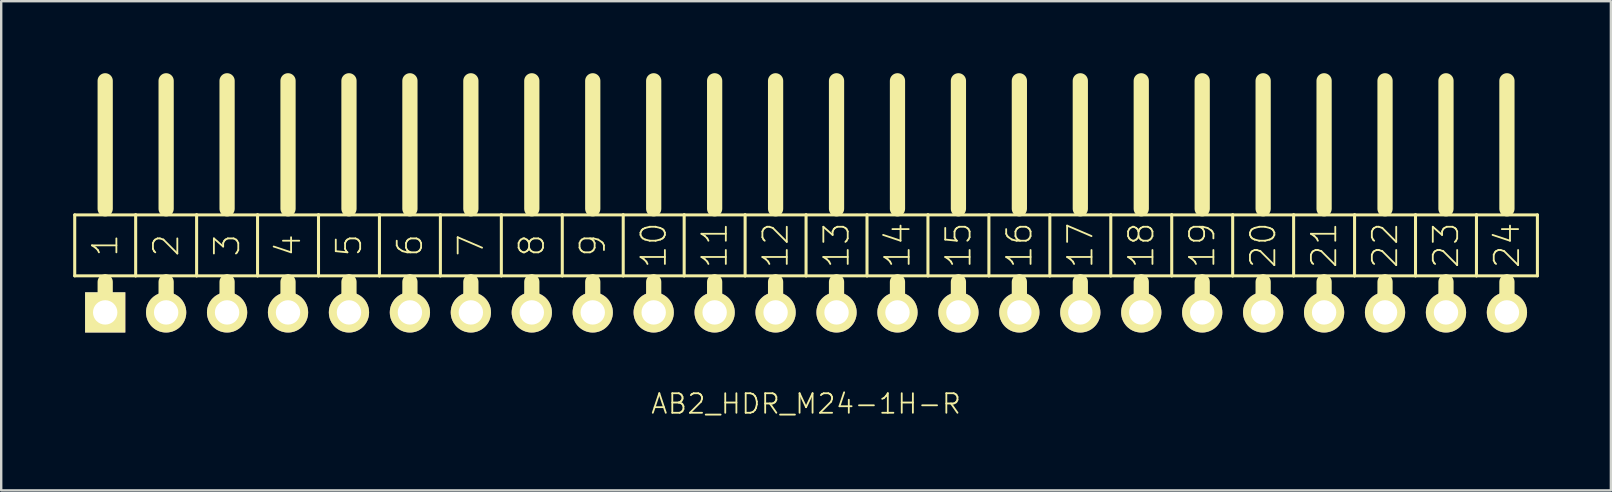
<source format=kicad_pcb>
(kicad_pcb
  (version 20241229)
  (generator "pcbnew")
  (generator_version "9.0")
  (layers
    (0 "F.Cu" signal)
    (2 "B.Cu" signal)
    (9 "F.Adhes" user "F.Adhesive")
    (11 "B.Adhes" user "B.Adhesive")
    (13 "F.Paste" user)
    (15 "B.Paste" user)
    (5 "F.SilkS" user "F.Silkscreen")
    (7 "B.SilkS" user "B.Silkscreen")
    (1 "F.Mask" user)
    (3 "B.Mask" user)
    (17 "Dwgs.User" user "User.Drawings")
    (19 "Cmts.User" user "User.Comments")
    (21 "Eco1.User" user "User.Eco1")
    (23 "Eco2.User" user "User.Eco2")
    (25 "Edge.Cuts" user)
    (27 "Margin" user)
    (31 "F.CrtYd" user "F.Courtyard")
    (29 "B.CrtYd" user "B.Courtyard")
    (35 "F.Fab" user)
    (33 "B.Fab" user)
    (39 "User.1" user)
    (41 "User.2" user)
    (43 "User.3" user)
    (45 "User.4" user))
  (footprint "AB2_HDR_M24-1H-R"
    (layer "F.Cu")
    (at 30.544 9.97)
    (property "Reference" "AB2_HDR_M24-1H-R" (at 0 3.81 0) (layer "F.SilkS") (effects (font (size 0.813 0.813) (thickness 0.076))))
    (attr through_hole)
    (fp_line (start -30.48 -4.064) (end -30.48 -1.524) (stroke (width 0.127) (type solid)) (layer "F.SilkS"))
    (fp_line (start -30.48 -1.524) (end -29.21 -1.524) (stroke (width 0.127) (type solid)) (layer "F.SilkS"))
    (fp_line (start -29.21 -4.318) (end -29.21 -9.652) (stroke (width 0.635) (type solid)) (layer "F.SilkS"))
    (fp_line (start -29.21 -1.524) (end -27.94 -1.524) (stroke (width 0.127) (type solid)) (layer "F.SilkS"))
    (fp_line (start -29.21 -1.27) (end -29.21 0) (stroke (width 0.635) (type solid)) (layer "F.SilkS"))
    (fp_line (start -27.94 -4.064) (end -30.48 -4.064) (stroke (width 0.127) (type solid)) (layer "F.SilkS"))
    (fp_line (start -27.94 -1.524) (end -27.94 -4.064) (stroke (width 0.127) (type solid)) (layer "F.SilkS"))
    (fp_line (start -27.94 -1.524) (end -26.67 -1.524) (stroke (width 0.127) (type solid)) (layer "F.SilkS"))
    (fp_line (start -26.67 -4.318) (end -26.67 -9.652) (stroke (width 0.635) (type solid)) (layer "F.SilkS"))
    (fp_line (start -26.67 -1.524) (end -25.4 -1.524) (stroke (width 0.127) (type solid)) (layer "F.SilkS"))
    (fp_line (start -26.67 -1.27) (end -26.67 0) (stroke (width 0.635) (type solid)) (layer "F.SilkS"))
    (fp_line (start -25.4 -4.064) (end -27.94 -4.064) (stroke (width 0.127) (type solid)) (layer "F.SilkS"))
    (fp_line (start -25.4 -1.524) (end -25.4 -4.064) (stroke (width 0.127) (type solid)) (layer "F.SilkS"))
    (fp_line (start -25.4 -1.524) (end -24.13 -1.524) (stroke (width 0.127) (type solid)) (layer "F.SilkS"))
    (fp_line (start -24.13 -4.318) (end -24.13 -9.652) (stroke (width 0.635) (type solid)) (layer "F.SilkS"))
    (fp_line (start -24.13 -1.524) (end -22.86 -1.524) (stroke (width 0.127) (type solid)) (layer "F.SilkS"))
    (fp_line (start -24.13 -1.27) (end -24.13 0) (stroke (width 0.635) (type solid)) (layer "F.SilkS"))
    (fp_line (start -22.86 -4.064) (end -25.4 -4.064) (stroke (width 0.127) (type solid)) (layer "F.SilkS"))
    (fp_line (start -22.86 -1.524) (end -22.86 -4.064) (stroke (width 0.127) (type solid)) (layer "F.SilkS"))
    (fp_line (start -22.86 -1.524) (end -21.59 -1.524) (stroke (width 0.127) (type solid)) (layer "F.SilkS"))
    (fp_line (start -21.59 -4.318) (end -21.59 -9.652) (stroke (width 0.635) (type solid)) (layer "F.SilkS"))
    (fp_line (start -21.59 -1.524) (end -20.32 -1.524) (stroke (width 0.127) (type solid)) (layer "F.SilkS"))
    (fp_line (start -21.59 -1.27) (end -21.59 0) (stroke (width 0.635) (type solid)) (layer "F.SilkS"))
    (fp_line (start -20.32 -4.064) (end -22.86 -4.064) (stroke (width 0.127) (type solid)) (layer "F.SilkS"))
    (fp_line (start -20.32 -1.524) (end -20.32 -4.064) (stroke (width 0.127) (type solid)) (layer "F.SilkS"))
    (fp_line (start -20.32 -1.524) (end -19.05 -1.524) (stroke (width 0.127) (type solid)) (layer "F.SilkS"))
    (fp_line (start -19.05 -4.318) (end -19.05 -9.652) (stroke (width 0.635) (type solid)) (layer "F.SilkS"))
    (fp_line (start -19.05 -1.524) (end -17.78 -1.524) (stroke (width 0.127) (type solid)) (layer "F.SilkS"))
    (fp_line (start -19.05 -1.27) (end -19.05 0) (stroke (width 0.635) (type solid)) (layer "F.SilkS"))
    (fp_line (start -17.78 -4.064) (end -20.32 -4.064) (stroke (width 0.127) (type solid)) (layer "F.SilkS"))
    (fp_line (start -17.78 -1.524) (end -17.78 -4.064) (stroke (width 0.127) (type solid)) (layer "F.SilkS"))
    (fp_line (start -17.78 -1.524) (end -16.51 -1.524) (stroke (width 0.127) (type solid)) (layer "F.SilkS"))
    (fp_line (start -16.51 -4.318) (end -16.51 -9.652) (stroke (width 0.635) (type solid)) (layer "F.SilkS"))
    (fp_line (start -16.51 -1.524) (end -15.24 -1.524) (stroke (width 0.127) (type solid)) (layer "F.SilkS"))
    (fp_line (start -16.51 -1.27) (end -16.51 0) (stroke (width 0.635) (type solid)) (layer "F.SilkS"))
    (fp_line (start -15.24 -4.064) (end -17.78 -4.064) (stroke (width 0.127) (type solid)) (layer "F.SilkS"))
    (fp_line (start -15.24 -1.524) (end -15.24 -4.064) (stroke (width 0.127) (type solid)) (layer "F.SilkS"))
    (fp_line (start -15.24 -1.524) (end -13.97 -1.524) (stroke (width 0.127) (type solid)) (layer "F.SilkS"))
    (fp_line (start -13.97 -4.318) (end -13.97 -9.652) (stroke (width 0.635) (type solid)) (layer "F.SilkS"))
    (fp_line (start -13.97 -1.524) (end -12.7 -1.524) (stroke (width 0.127) (type solid)) (layer "F.SilkS"))
    (fp_line (start -13.97 -1.27) (end -13.97 0) (stroke (width 0.635) (type solid)) (layer "F.SilkS"))
    (fp_line (start -12.7 -4.064) (end -15.24 -4.064) (stroke (width 0.127) (type solid)) (layer "F.SilkS"))
    (fp_line (start -12.7 -1.524) (end -12.7 -4.064) (stroke (width 0.127) (type solid)) (layer "F.SilkS"))
    (fp_line (start -12.7 -1.524) (end -11.43 -1.524) (stroke (width 0.127) (type solid)) (layer "F.SilkS"))
    (fp_line (start -11.43 -4.318) (end -11.43 -9.652) (stroke (width 0.635) (type solid)) (layer "F.SilkS"))
    (fp_line (start -11.43 -1.524) (end -10.16 -1.524) (stroke (width 0.127) (type solid)) (layer "F.SilkS"))
    (fp_line (start -11.43 -1.27) (end -11.43 0) (stroke (width 0.635) (type solid)) (layer "F.SilkS"))
    (fp_line (start -10.16 -4.064) (end -12.7 -4.064) (stroke (width 0.127) (type solid)) (layer "F.SilkS"))
    (fp_line (start -10.16 -1.524) (end -10.16 -4.064) (stroke (width 0.127) (type solid)) (layer "F.SilkS"))
    (fp_line (start -10.16 -1.524) (end -8.89 -1.524) (stroke (width 0.127) (type solid)) (layer "F.SilkS"))
    (fp_line (start -8.89 -4.318) (end -8.89 -9.652) (stroke (width 0.635) (type solid)) (layer "F.SilkS"))
    (fp_line (start -8.89 -1.524) (end -7.62 -1.524) (stroke (width 0.127) (type solid)) (layer "F.SilkS"))
    (fp_line (start -8.89 -1.27) (end -8.89 0) (stroke (width 0.635) (type solid)) (layer "F.SilkS"))
    (fp_line (start -7.62 -4.064) (end -10.16 -4.064) (stroke (width 0.127) (type solid)) (layer "F.SilkS"))
    (fp_line (start -7.62 -1.524) (end -7.62 -4.064) (stroke (width 0.127) (type solid)) (layer "F.SilkS"))
    (fp_line (start -7.62 -1.524) (end -6.35 -1.524) (stroke (width 0.127) (type solid)) (layer "F.SilkS"))
    (fp_line (start -6.35 -4.318) (end -6.35 -9.652) (stroke (width 0.635) (type solid)) (layer "F.SilkS"))
    (fp_line (start -6.35 -1.524) (end -5.08 -1.524) (stroke (width 0.127) (type solid)) (layer "F.SilkS"))
    (fp_line (start -6.35 -1.27) (end -6.35 0) (stroke (width 0.635) (type solid)) (layer "F.SilkS"))
    (fp_line (start -5.08 -4.064) (end -7.62 -4.064) (stroke (width 0.127) (type solid)) (layer "F.SilkS"))
    (fp_line (start -5.08 -1.524) (end -5.08 -4.064) (stroke (width 0.127) (type solid)) (layer "F.SilkS"))
    (fp_line (start -5.08 -1.524) (end -3.81 -1.524) (stroke (width 0.127) (type solid)) (layer "F.SilkS"))
    (fp_line (start -3.81 -4.318) (end -3.81 -9.652) (stroke (width 0.635) (type solid)) (layer "F.SilkS"))
    (fp_line (start -3.81 -1.524) (end -2.54 -1.524) (stroke (width 0.127) (type solid)) (layer "F.SilkS"))
    (fp_line (start -3.81 -1.27) (end -3.81 0) (stroke (width 0.635) (type solid)) (layer "F.SilkS"))
    (fp_line (start -2.54 -4.064) (end -5.08 -4.064) (stroke (width 0.127) (type solid)) (layer "F.SilkS"))
    (fp_line (start -2.54 -1.524) (end -2.54 -4.064) (stroke (width 0.127) (type solid)) (layer "F.SilkS"))
    (fp_line (start -2.54 -1.524) (end -1.27 -1.524) (stroke (width 0.127) (type solid)) (layer "F.SilkS"))
    (fp_line (start -1.27 -4.318) (end -1.27 -9.652) (stroke (width 0.635) (type solid)) (layer "F.SilkS"))
    (fp_line (start -1.27 -1.524) (end 0 -1.524) (stroke (width 0.127) (type solid)) (layer "F.SilkS"))
    (fp_line (start -1.27 -1.27) (end -1.27 0) (stroke (width 0.635) (type solid)) (layer "F.SilkS"))
    (fp_line (start 0 -4.064) (end -2.54 -4.064) (stroke (width 0.127) (type solid)) (layer "F.SilkS"))
    (fp_line (start 0 -1.524) (end 0 -4.064) (stroke (width 0.127) (type solid)) (layer "F.SilkS"))
    (fp_line (start 0 -1.524) (end 1.27 -1.524) (stroke (width 0.127) (type solid)) (layer "F.SilkS"))
    (fp_line (start 1.27 -4.318) (end 1.27 -9.652) (stroke (width 0.635) (type solid)) (layer "F.SilkS"))
    (fp_line (start 1.27 -1.524) (end 2.54 -1.524) (stroke (width 0.127) (type solid)) (layer "F.SilkS"))
    (fp_line (start 1.27 -1.27) (end 1.27 0) (stroke (width 0.635) (type solid)) (layer "F.SilkS"))
    (fp_line (start 2.54 -4.064) (end 0 -4.064) (stroke (width 0.127) (type solid)) (layer "F.SilkS"))
    (fp_line (start 2.54 -1.524) (end 2.54 -4.064) (stroke (width 0.127) (type solid)) (layer "F.SilkS"))
    (fp_line (start 2.54 -1.524) (end 3.81 -1.524) (stroke (width 0.127) (type solid)) (layer "F.SilkS"))
    (fp_line (start 3.81 -4.318) (end 3.81 -9.652) (stroke (width 0.635) (type solid)) (layer "F.SilkS"))
    (fp_line (start 3.81 -1.524) (end 5.08 -1.524) (stroke (width 0.127) (type solid)) (layer "F.SilkS"))
    (fp_line (start 3.81 -1.27) (end 3.81 0) (stroke (width 0.635) (type solid)) (layer "F.SilkS"))
    (fp_line (start 5.08 -4.064) (end 2.54 -4.064) (stroke (width 0.127) (type solid)) (layer "F.SilkS"))
    (fp_line (start 5.08 -1.524) (end 5.08 -4.064) (stroke (width 0.127) (type solid)) (layer "F.SilkS"))
    (fp_line (start 5.08 -1.524) (end 6.35 -1.524) (stroke (width 0.127) (type solid)) (layer "F.SilkS"))
    (fp_line (start 6.35 -4.318) (end 6.35 -9.652) (stroke (width 0.635) (type solid)) (layer "F.SilkS"))
    (fp_line (start 6.35 -1.524) (end 7.62 -1.524) (stroke (width 0.127) (type solid)) (layer "F.SilkS"))
    (fp_line (start 6.35 -1.27) (end 6.35 0) (stroke (width 0.635) (type solid)) (layer "F.SilkS"))
    (fp_line (start 7.62 -4.064) (end 5.08 -4.064) (stroke (width 0.127) (type solid)) (layer "F.SilkS"))
    (fp_line (start 7.62 -1.524) (end 7.62 -4.064) (stroke (width 0.127) (type solid)) (layer "F.SilkS"))
    (fp_line (start 7.62 -1.524) (end 8.89 -1.524) (stroke (width 0.127) (type solid)) (layer "F.SilkS"))
    (fp_line (start 8.89 -4.318) (end 8.89 -9.652) (stroke (width 0.635) (type solid)) (layer "F.SilkS"))
    (fp_line (start 8.89 -1.524) (end 10.16 -1.524) (stroke (width 0.127) (type solid)) (layer "F.SilkS"))
    (fp_line (start 8.89 -1.27) (end 8.89 0) (stroke (width 0.635) (type solid)) (layer "F.SilkS"))
    (fp_line (start 10.16 -4.064) (end 7.62 -4.064) (stroke (width 0.127) (type solid)) (layer "F.SilkS"))
    (fp_line (start 10.16 -1.524) (end 10.16 -4.064) (stroke (width 0.127) (type solid)) (layer "F.SilkS"))
    (fp_line (start 10.16 -1.524) (end 11.43 -1.524) (stroke (width 0.127) (type solid)) (layer "F.SilkS"))
    (fp_line (start 11.43 -4.318) (end 11.43 -9.652) (stroke (width 0.635) (type solid)) (layer "F.SilkS"))
    (fp_line (start 11.43 -1.524) (end 12.7 -1.524) (stroke (width 0.127) (type solid)) (layer "F.SilkS"))
    (fp_line (start 11.43 -1.27) (end 11.43 0) (stroke (width 0.635) (type solid)) (layer "F.SilkS"))
    (fp_line (start 12.7 -4.064) (end 10.16 -4.064) (stroke (width 0.127) (type solid)) (layer "F.SilkS"))
    (fp_line (start 12.7 -1.524) (end 12.7 -4.064) (stroke (width 0.127) (type solid)) (layer "F.SilkS"))
    (fp_line (start 12.7 -1.524) (end 13.97 -1.524) (stroke (width 0.127) (type solid)) (layer "F.SilkS"))
    (fp_line (start 13.97 -4.318) (end 13.97 -9.652) (stroke (width 0.635) (type solid)) (layer "F.SilkS"))
    (fp_line (start 13.97 -1.524) (end 15.24 -1.524) (stroke (width 0.127) (type solid)) (layer "F.SilkS"))
    (fp_line (start 13.97 -1.27) (end 13.97 0) (stroke (width 0.635) (type solid)) (layer "F.SilkS"))
    (fp_line (start 15.24 -4.064) (end 12.7 -4.064) (stroke (width 0.127) (type solid)) (layer "F.SilkS"))
    (fp_line (start 15.24 -1.524) (end 15.24 -4.064) (stroke (width 0.127) (type solid)) (layer "F.SilkS"))
    (fp_line (start 15.24 -1.524) (end 16.51 -1.524) (stroke (width 0.127) (type solid)) (layer "F.SilkS"))
    (fp_line (start 16.51 -4.318) (end 16.51 -9.652) (stroke (width 0.635) (type solid)) (layer "F.SilkS"))
    (fp_line (start 16.51 -1.524) (end 17.78 -1.524) (stroke (width 0.127) (type solid)) (layer "F.SilkS"))
    (fp_line (start 16.51 -1.27) (end 16.51 0) (stroke (width 0.635) (type solid)) (layer "F.SilkS"))
    (fp_line (start 17.78 -4.064) (end 15.24 -4.064) (stroke (width 0.127) (type solid)) (layer "F.SilkS"))
    (fp_line (start 17.78 -1.524) (end 17.78 -4.064) (stroke (width 0.127) (type solid)) (layer "F.SilkS"))
    (fp_line (start 17.78 -1.524) (end 19.05 -1.524) (stroke (width 0.127) (type solid)) (layer "F.SilkS"))
    (fp_line (start 19.05 -4.318) (end 19.05 -9.652) (stroke (width 0.635) (type solid)) (layer "F.SilkS"))
    (fp_line (start 19.05 -1.524) (end 20.32 -1.524) (stroke (width 0.127) (type solid)) (layer "F.SilkS"))
    (fp_line (start 19.05 -1.27) (end 19.05 0) (stroke (width 0.635) (type solid)) (layer "F.SilkS"))
    (fp_line (start 20.32 -4.064) (end 17.78 -4.064) (stroke (width 0.127) (type solid)) (layer "F.SilkS"))
    (fp_line (start 20.32 -1.524) (end 20.32 -4.064) (stroke (width 0.127) (type solid)) (layer "F.SilkS"))
    (fp_line (start 20.32 -1.524) (end 21.59 -1.524) (stroke (width 0.127) (type solid)) (layer "F.SilkS"))
    (fp_line (start 21.59 -4.318) (end 21.59 -9.652) (stroke (width 0.635) (type solid)) (layer "F.SilkS"))
    (fp_line (start 21.59 -1.524) (end 22.86 -1.524) (stroke (width 0.127) (type solid)) (layer "F.SilkS"))
    (fp_line (start 21.59 -1.27) (end 21.59 0) (stroke (width 0.635) (type solid)) (layer "F.SilkS"))
    (fp_line (start 22.86 -4.064) (end 20.32 -4.064) (stroke (width 0.127) (type solid)) (layer "F.SilkS"))
    (fp_line (start 22.86 -1.524) (end 22.86 -4.064) (stroke (width 0.127) (type solid)) (layer "F.SilkS"))
    (fp_line (start 22.86 -1.524) (end 24.13 -1.524) (stroke (width 0.127) (type solid)) (layer "F.SilkS"))
    (fp_line (start 24.13 -4.318) (end 24.13 -9.652) (stroke (width 0.635) (type solid)) (layer "F.SilkS"))
    (fp_line (start 24.13 -1.524) (end 25.4 -1.524) (stroke (width 0.127) (type solid)) (layer "F.SilkS"))
    (fp_line (start 24.13 -1.27) (end 24.13 0) (stroke (width 0.635) (type solid)) (layer "F.SilkS"))
    (fp_line (start 25.4 -4.064) (end 22.86 -4.064) (stroke (width 0.127) (type solid)) (layer "F.SilkS"))
    (fp_line (start 25.4 -1.524) (end 25.4 -4.064) (stroke (width 0.127) (type solid)) (layer "F.SilkS"))
    (fp_line (start 25.4 -1.524) (end 26.67 -1.524) (stroke (width 0.127) (type solid)) (layer "F.SilkS"))
    (fp_line (start 26.67 -4.318) (end 26.67 -9.652) (stroke (width 0.635) (type solid)) (layer "F.SilkS"))
    (fp_line (start 26.67 -1.524) (end 27.94 -1.524) (stroke (width 0.127) (type solid)) (layer "F.SilkS"))
    (fp_line (start 26.67 -1.27) (end 26.67 0) (stroke (width 0.635) (type solid)) (layer "F.SilkS"))
    (fp_line (start 27.94 -4.064) (end 25.4 -4.064) (stroke (width 0.127) (type solid)) (layer "F.SilkS"))
    (fp_line (start 27.94 -1.524) (end 27.94 -4.064) (stroke (width 0.127) (type solid)) (layer "F.SilkS"))
    (fp_line (start 27.94 -1.524) (end 29.21 -1.524) (stroke (width 0.127) (type solid)) (layer "F.SilkS"))
    (fp_line (start 29.21 -4.318) (end 29.21 -9.652) (stroke (width 0.635) (type solid)) (layer "F.SilkS"))
    (fp_line (start 29.21 -1.524) (end 30.48 -1.524) (stroke (width 0.127) (type solid)) (layer "F.SilkS"))
    (fp_line (start 29.21 -1.27) (end 29.21 0) (stroke (width 0.635) (type solid)) (layer "F.SilkS"))
    (fp_line (start 30.48 -4.064) (end 27.94 -4.064) (stroke (width 0.127) (type solid)) (layer "F.SilkS"))
    (fp_line (start 30.48 -1.524) (end 30.48 -4.064) (stroke (width 0.127) (type solid)) (layer "F.SilkS"))
    (fp_text user "24" (at 29.21 -2.794 90) (layer "F.SilkS") (effects (font (size 1.016 1.016) (thickness 0.076))))
    (fp_text user "9" (at -8.89 -2.794 90) (layer "F.SilkS") (effects (font (size 1.016 1.016) (thickness 0.076))))
    (fp_text user "20" (at 19.05 -2.794 90) (layer "F.SilkS") (effects (font (size 1.016 1.016) (thickness 0.076))))
    (fp_text user "8" (at -11.43 -2.794 90) (layer "F.SilkS") (effects (font (size 1.016 1.016) (thickness 0.076))))
    (fp_text user "18" (at 13.97 -2.794 90) (layer "F.SilkS") (effects (font (size 1.016 1.016) (thickness 0.076))))
    (fp_text user "1" (at -29.21 -2.794 270) (layer "F.SilkS") (effects (font (size 1.016 1.016) (thickness 0.076))))
    (fp_text user "22" (at 24.13 -2.794 90) (layer "F.SilkS") (effects (font (size 1.016 1.016) (thickness 0.076))))
    (fp_text user "14" (at 3.81 -2.794 90) (layer "F.SilkS") (effects (font (size 1.016 1.016) (thickness 0.076))))
    (fp_text user "3" (at -24.13 -2.794 90) (layer "F.SilkS") (effects (font (size 1.016 1.016) (thickness 0.076))))
    (fp_text user "10" (at -6.35 -2.794 90) (layer "F.SilkS") (effects (font (size 1.016 1.016) (thickness 0.076))))
    (fp_text user "17" (at 11.43 -2.794 90) (layer "F.SilkS") (effects (font (size 1.016 1.016) (thickness 0.076))))
    (fp_text user "21" (at 21.59 -2.794 90) (layer "F.SilkS") (effects (font (size 1.016 1.016) (thickness 0.076))))
    (fp_text user "23" (at 26.67 -2.794 90) (layer "F.SilkS") (effects (font (size 1.016 1.016) (thickness 0.076))))
    (fp_text user "19" (at 16.51 -2.794 90) (layer "F.SilkS") (effects (font (size 1.016 1.016) (thickness 0.076))))
    (fp_text user "15" (at 6.35 -2.794 90) (layer "F.SilkS") (effects (font (size 1.016 1.016) (thickness 0.076))))
    (fp_text user "5" (at -19.05 -2.794 90) (layer "F.SilkS") (effects (font (size 1.016 1.016) (thickness 0.076))))
    (fp_text user "12" (at -1.27 -2.794 90) (layer "F.SilkS") (effects (font (size 1.016 1.016) (thickness 0.076))))
    (fp_text user "6" (at -16.51 -2.794 90) (layer "F.SilkS") (effects (font (size 1.016 1.016) (thickness 0.076))))
    (fp_text user "16" (at 8.89 -2.794 90) (layer "F.SilkS") (effects (font (size 1.016 1.016) (thickness 0.076))))
    (fp_text user "4" (at -21.59 -2.794 90) (layer "F.SilkS") (effects (font (size 1.016 1.016) (thickness 0.076))))
    (fp_text user "7" (at -13.97 -2.794 90) (layer "F.SilkS") (effects (font (size 1.016 1.016) (thickness 0.076))))
    (fp_text user "2" (at -26.67 -2.794 90) (layer "F.SilkS") (effects (font (size 1.016 1.016) (thickness 0.076))))
    (fp_text user "13" (at 1.27 -2.794 90) (layer "F.SilkS") (effects (font (size 1.016 1.016) (thickness 0.076))))
    (fp_text user "11" (at -3.81 -2.794 90) (layer "F.SilkS") (effects (font (size 1.016 1.016) (thickness 0.076))))
    (pad "1" thru_hole rect (at -29.21 0) (size 1.676 1.676) (drill 1.016) (layers "*.Cu" "*.Mask" "F.SilkS"))
    (pad "2" thru_hole circle (at -26.67 0) (size 1.676 1.676) (drill 1.016) (layers "*.Cu" "*.Mask" "F.SilkS"))
    (pad "3" thru_hole circle (at -24.13 0) (size 1.676 1.676) (drill 1.016) (layers "*.Cu" "*.Mask" "F.SilkS"))
    (pad "4" thru_hole circle (at -21.59 0) (size 1.676 1.676) (drill 1.016) (layers "*.Cu" "*.Mask" "F.SilkS"))
    (pad "5" thru_hole circle (at -19.05 0) (size 1.676 1.676) (drill 1.016) (layers "*.Cu" "*.Mask" "F.SilkS"))
    (pad "6" thru_hole circle (at -16.51 0) (size 1.676 1.676) (drill 1.016) (layers "*.Cu" "*.Mask" "F.SilkS"))
    (pad "7" thru_hole circle (at -13.97 0) (size 1.676 1.676) (drill 1.016) (layers "*.Cu" "*.Mask" "F.SilkS"))
    (pad "8" thru_hole circle (at -11.43 0) (size 1.676 1.676) (drill 1.016) (layers "*.Cu" "*.Mask" "F.SilkS"))
    (pad "9" thru_hole circle (at -8.89 0) (size 1.676 1.676) (drill 1.016) (layers "*.Cu" "*.Mask" "F.SilkS"))
    (pad "10" thru_hole circle (at -6.35 0) (size 1.676 1.676) (drill 1.016) (layers "*.Cu" "*.Mask" "F.SilkS"))
    (pad "11" thru_hole circle (at -3.81 0) (size 1.676 1.676) (drill 1.016) (layers "*.Cu" "*.Mask" "F.SilkS"))
    (pad "12" thru_hole circle (at -1.27 0) (size 1.676 1.676) (drill 1.016) (layers "*.Cu" "*.Mask" "F.SilkS"))
    (pad "13" thru_hole circle (at 1.27 0) (size 1.676 1.676) (drill 1.016) (layers "*.Cu" "*.Mask" "F.SilkS"))
    (pad "14" thru_hole circle (at 3.81 0) (size 1.676 1.676) (drill 1.016) (layers "*.Cu" "*.Mask" "F.SilkS"))
    (pad "15" thru_hole circle (at 6.35 0) (size 1.676 1.676) (drill 1.016) (layers "*.Cu" "*.Mask" "F.SilkS"))
    (pad "16" thru_hole circle (at 8.89 0) (size 1.676 1.676) (drill 1.016) (layers "*.Cu" "*.Mask" "F.SilkS"))
    (pad "17" thru_hole circle (at 11.43 0) (size 1.676 1.676) (drill 1.016) (layers "*.Cu" "*.Mask" "F.SilkS"))
    (pad "18" thru_hole circle (at 13.97 0) (size 1.676 1.676) (drill 1.016) (layers "*.Cu" "*.Mask" "F.SilkS"))
    (pad "19" thru_hole circle (at 16.51 0) (size 1.676 1.676) (drill 1.016) (layers "*.Cu" "*.Mask" "F.SilkS"))
    (pad "20" thru_hole circle (at 19.05 0) (size 1.676 1.676) (drill 1.016) (layers "*.Cu" "*.Mask" "F.SilkS"))
    (pad "21" thru_hole circle (at 21.59 0) (size 1.676 1.676) (drill 1.016) (layers "*.Cu" "*.Mask" "F.SilkS"))
    (pad "22" thru_hole circle (at 24.13 0) (size 1.676 1.676) (drill 1.016) (layers "*.Cu" "*.Mask" "F.SilkS"))
    (pad "23" thru_hole circle (at 26.67 0) (size 1.676 1.676) (drill 1.016) (layers "*.Cu" "*.Mask" "F.SilkS"))
    (pad "24" thru_hole circle (at 29.21 0) (size 1.676 1.676) (drill 1.016) (layers "*.Cu" "*.Mask" "F.SilkS")))
  (gr_rect
    (start -3 -3)
    (end 64.087 17.389)
    (stroke (width 0.1) (type default))
    (fill no)
    (layer "Edge.Cuts")))
</source>
